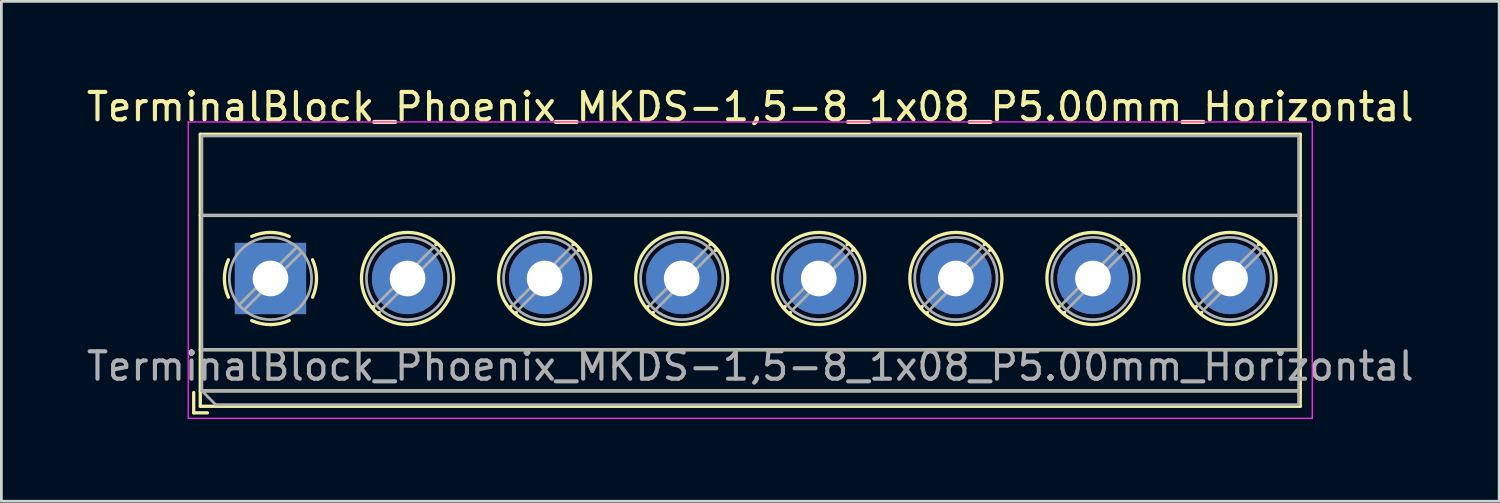
<source format=kicad_pcb>
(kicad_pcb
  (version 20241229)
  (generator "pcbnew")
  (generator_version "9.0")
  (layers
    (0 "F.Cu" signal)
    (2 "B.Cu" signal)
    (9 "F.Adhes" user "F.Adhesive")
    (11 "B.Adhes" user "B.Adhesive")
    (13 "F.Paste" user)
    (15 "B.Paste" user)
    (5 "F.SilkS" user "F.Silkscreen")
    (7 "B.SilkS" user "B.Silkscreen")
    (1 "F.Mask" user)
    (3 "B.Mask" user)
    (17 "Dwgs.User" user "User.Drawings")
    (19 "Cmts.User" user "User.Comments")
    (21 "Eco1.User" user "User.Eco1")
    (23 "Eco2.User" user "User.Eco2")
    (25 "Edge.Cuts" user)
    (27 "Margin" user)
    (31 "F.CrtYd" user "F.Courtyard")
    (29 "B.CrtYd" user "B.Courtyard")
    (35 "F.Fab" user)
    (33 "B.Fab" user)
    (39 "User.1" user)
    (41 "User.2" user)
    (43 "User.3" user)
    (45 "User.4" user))
  (footprint "TerminalBlock_Phoenix_MKDS-1,5-8_1x08_P5.00mm_Horizontal"
    (layer "F.Cu")
    (at 6.815 7.108)
    (property "Reference" "TerminalBlock_Phoenix_MKDS-1,5-8_1x08_P5.00mm_Horizontal" (at 17.5 -6.26 0) (layer "F.SilkS") (effects (font (size 1 1) (thickness 0.15))))
    (attr through_hole)
    (fp_line (start -2.8 4.16) (end -2.8 4.9) (stroke (width 0.12) (type solid)) (layer "F.SilkS"))
    (fp_line (start -2.8 4.9) (end -2.3 4.9) (stroke (width 0.12) (type solid)) (layer "F.SilkS"))
    (fp_line (start -2.56 -5.261) (end -2.56 4.66) (stroke (width 0.12) (type solid)) (layer "F.SilkS"))
    (fp_line (start -2.56 -5.261) (end 37.56 -5.261) (stroke (width 0.12) (type solid)) (layer "F.SilkS"))
    (fp_line (start -2.56 -2.301) (end 37.56 -2.301) (stroke (width 0.12) (type solid)) (layer "F.SilkS"))
    (fp_line (start -2.56 2.6) (end 37.56 2.6) (stroke (width 0.12) (type solid)) (layer "F.SilkS"))
    (fp_line (start -2.56 4.1) (end 37.56 4.1) (stroke (width 0.12) (type solid)) (layer "F.SilkS"))
    (fp_line (start -2.56 4.66) (end 37.56 4.66) (stroke (width 0.12) (type solid)) (layer "F.SilkS"))
    (fp_line (start 3.773 1.023) (end 3.726 1.069) (stroke (width 0.12) (type solid)) (layer "F.SilkS"))
    (fp_line (start 3.966 1.239) (end 3.931 1.274) (stroke (width 0.12) (type solid)) (layer "F.SilkS"))
    (fp_line (start 6.07 -1.275) (end 6.035 -1.239) (stroke (width 0.12) (type solid)) (layer "F.SilkS"))
    (fp_line (start 6.275 -1.069) (end 6.228 -1.023) (stroke (width 0.12) (type solid)) (layer "F.SilkS"))
    (fp_line (start 8.773 1.023) (end 8.726 1.069) (stroke (width 0.12) (type solid)) (layer "F.SilkS"))
    (fp_line (start 8.966 1.239) (end 8.931 1.274) (stroke (width 0.12) (type solid)) (layer "F.SilkS"))
    (fp_line (start 11.07 -1.275) (end 11.035 -1.239) (stroke (width 0.12) (type solid)) (layer "F.SilkS"))
    (fp_line (start 11.275 -1.069) (end 11.228 -1.023) (stroke (width 0.12) (type solid)) (layer "F.SilkS"))
    (fp_line (start 13.773 1.023) (end 13.726 1.069) (stroke (width 0.12) (type solid)) (layer "F.SilkS"))
    (fp_line (start 13.966 1.239) (end 13.931 1.274) (stroke (width 0.12) (type solid)) (layer "F.SilkS"))
    (fp_line (start 16.07 -1.275) (end 16.035 -1.239) (stroke (width 0.12) (type solid)) (layer "F.SilkS"))
    (fp_line (start 16.275 -1.069) (end 16.228 -1.023) (stroke (width 0.12) (type solid)) (layer "F.SilkS"))
    (fp_line (start 18.773 1.023) (end 18.726 1.069) (stroke (width 0.12) (type solid)) (layer "F.SilkS"))
    (fp_line (start 18.966 1.239) (end 18.931 1.274) (stroke (width 0.12) (type solid)) (layer "F.SilkS"))
    (fp_line (start 21.07 -1.275) (end 21.035 -1.239) (stroke (width 0.12) (type solid)) (layer "F.SilkS"))
    (fp_line (start 21.275 -1.069) (end 21.228 -1.023) (stroke (width 0.12) (type solid)) (layer "F.SilkS"))
    (fp_line (start 23.773 1.023) (end 23.726 1.069) (stroke (width 0.12) (type solid)) (layer "F.SilkS"))
    (fp_line (start 23.966 1.239) (end 23.931 1.274) (stroke (width 0.12) (type solid)) (layer "F.SilkS"))
    (fp_line (start 26.07 -1.275) (end 26.035 -1.239) (stroke (width 0.12) (type solid)) (layer "F.SilkS"))
    (fp_line (start 26.275 -1.069) (end 26.228 -1.023) (stroke (width 0.12) (type solid)) (layer "F.SilkS"))
    (fp_line (start 28.773 1.023) (end 28.726 1.069) (stroke (width 0.12) (type solid)) (layer "F.SilkS"))
    (fp_line (start 28.966 1.239) (end 28.931 1.274) (stroke (width 0.12) (type solid)) (layer "F.SilkS"))
    (fp_line (start 31.07 -1.275) (end 31.035 -1.239) (stroke (width 0.12) (type solid)) (layer "F.SilkS"))
    (fp_line (start 31.275 -1.069) (end 31.228 -1.023) (stroke (width 0.12) (type solid)) (layer "F.SilkS"))
    (fp_line (start 33.773 1.023) (end 33.726 1.069) (stroke (width 0.12) (type solid)) (layer "F.SilkS"))
    (fp_line (start 33.966 1.239) (end 33.931 1.274) (stroke (width 0.12) (type solid)) (layer "F.SilkS"))
    (fp_line (start 36.07 -1.275) (end 36.035 -1.239) (stroke (width 0.12) (type solid)) (layer "F.SilkS"))
    (fp_line (start 36.275 -1.069) (end 36.228 -1.023) (stroke (width 0.12) (type solid)) (layer "F.SilkS"))
    (fp_line (start 37.56 -5.261) (end 37.56 4.66) (stroke (width 0.12) (type solid)) (layer "F.SilkS"))
    (fp_arc (start -1.535427 0.683042) (mid -1.680501 -0.000524) (end -1.535 -0.684) (stroke (width 0.12) (type solid)) (layer "F.SilkS"))
    (fp_arc (start -0.683042 -1.535427) (mid 0.000524 -1.680501) (end 0.684 -1.535) (stroke (width 0.12) (type solid)) (layer "F.SilkS"))
    (fp_arc (start 0.028805 1.680253) (mid -0.335551 1.646659) (end -0.684 1.535) (stroke (width 0.12) (type solid)) (layer "F.SilkS"))
    (fp_arc (start 0.683318 1.534756) (mid 0.349292 1.643288) (end 0 1.68) (stroke (width 0.12) (type solid)) (layer "F.SilkS"))
    (fp_arc (start 1.535427 -0.683042) (mid 1.680501 0.000524) (end 1.535 0.684) (stroke (width 0.12) (type solid)) (layer "F.SilkS"))
    (fp_circle (center 5 0) (end 6.68 0) (stroke (width 0.12) (type solid)) (fill no) (layer "F.SilkS"))
    (fp_circle (center 10 0) (end 11.68 0) (stroke (width 0.12) (type solid)) (fill no) (layer "F.SilkS"))
    (fp_circle (center 15 0) (end 16.68 0) (stroke (width 0.12) (type solid)) (fill no) (layer "F.SilkS"))
    (fp_circle (center 20 0) (end 21.68 0) (stroke (width 0.12) (type solid)) (fill no) (layer "F.SilkS"))
    (fp_circle (center 25 0) (end 26.68 0) (stroke (width 0.12) (type solid)) (fill no) (layer "F.SilkS"))
    (fp_circle (center 30 0) (end 31.68 0) (stroke (width 0.12) (type solid)) (fill no) (layer "F.SilkS"))
    (fp_circle (center 35 0) (end 36.68 0) (stroke (width 0.12) (type solid)) (fill no) (layer "F.SilkS"))
    (fp_line (start -3 -5.71) (end -3 5.1) (stroke (width 0.05) (type solid)) (layer "F.CrtYd"))
    (fp_line (start -3 5.1) (end 38 5.1) (stroke (width 0.05) (type solid)) (layer "F.CrtYd"))
    (fp_line (start 38 -5.71) (end -3 -5.71) (stroke (width 0.05) (type solid)) (layer "F.CrtYd"))
    (fp_line (start 38 5.1) (end 38 -5.71) (stroke (width 0.05) (type solid)) (layer "F.CrtYd"))
    (fp_line (start -2.5 -5.2) (end 37.5 -5.2) (stroke (width 0.1) (type solid)) (layer "F.Fab"))
    (fp_line (start -2.5 -2.3) (end 37.5 -2.3) (stroke (width 0.1) (type solid)) (layer "F.Fab"))
    (fp_line (start -2.5 2.6) (end 37.5 2.6) (stroke (width 0.1) (type solid)) (layer "F.Fab"))
    (fp_line (start -2.5 4.1) (end -2.5 -5.2) (stroke (width 0.1) (type solid)) (layer "F.Fab"))
    (fp_line (start -2.5 4.1) (end 37.5 4.1) (stroke (width 0.1) (type solid)) (layer "F.Fab"))
    (fp_line (start -2 4.6) (end -2.5 4.1) (stroke (width 0.1) (type solid)) (layer "F.Fab"))
    (fp_line (start 0.955 -1.138) (end -1.138 0.955) (stroke (width 0.1) (type solid)) (layer "F.Fab"))
    (fp_line (start 1.138 -0.955) (end -0.955 1.138) (stroke (width 0.1) (type solid)) (layer "F.Fab"))
    (fp_line (start 5.955 -1.138) (end 3.863 0.955) (stroke (width 0.1) (type solid)) (layer "F.Fab"))
    (fp_line (start 6.138 -0.955) (end 4.046 1.138) (stroke (width 0.1) (type solid)) (layer "F.Fab"))
    (fp_line (start 10.955 -1.138) (end 8.863 0.955) (stroke (width 0.1) (type solid)) (layer "F.Fab"))
    (fp_line (start 11.138 -0.955) (end 9.046 1.138) (stroke (width 0.1) (type solid)) (layer "F.Fab"))
    (fp_line (start 15.955 -1.138) (end 13.863 0.955) (stroke (width 0.1) (type solid)) (layer "F.Fab"))
    (fp_line (start 16.138 -0.955) (end 14.046 1.138) (stroke (width 0.1) (type solid)) (layer "F.Fab"))
    (fp_line (start 20.955 -1.138) (end 18.863 0.955) (stroke (width 0.1) (type solid)) (layer "F.Fab"))
    (fp_line (start 21.138 -0.955) (end 19.046 1.138) (stroke (width 0.1) (type solid)) (layer "F.Fab"))
    (fp_line (start 25.955 -1.138) (end 23.863 0.955) (stroke (width 0.1) (type solid)) (layer "F.Fab"))
    (fp_line (start 26.138 -0.955) (end 24.046 1.138) (stroke (width 0.1) (type solid)) (layer "F.Fab"))
    (fp_line (start 30.955 -1.138) (end 28.863 0.955) (stroke (width 0.1) (type solid)) (layer "F.Fab"))
    (fp_line (start 31.138 -0.955) (end 29.046 1.138) (stroke (width 0.1) (type solid)) (layer "F.Fab"))
    (fp_line (start 35.955 -1.138) (end 33.863 0.955) (stroke (width 0.1) (type solid)) (layer "F.Fab"))
    (fp_line (start 36.138 -0.955) (end 34.046 1.138) (stroke (width 0.1) (type solid)) (layer "F.Fab"))
    (fp_line (start 37.5 -5.2) (end 37.5 4.6) (stroke (width 0.1) (type solid)) (layer "F.Fab"))
    (fp_line (start 37.5 4.6) (end -2 4.6) (stroke (width 0.1) (type solid)) (layer "F.Fab"))
    (fp_circle (center 0 0) (end 1.5 0) (stroke (width 0.1) (type solid)) (fill no) (layer "F.Fab"))
    (fp_circle (center 5 0) (end 6.5 0) (stroke (width 0.1) (type solid)) (fill no) (layer "F.Fab"))
    (fp_circle (center 10 0) (end 11.5 0) (stroke (width 0.1) (type solid)) (fill no) (layer "F.Fab"))
    (fp_circle (center 15 0) (end 16.5 0) (stroke (width 0.1) (type solid)) (fill no) (layer "F.Fab"))
    (fp_circle (center 20 0) (end 21.5 0) (stroke (width 0.1) (type solid)) (fill no) (layer "F.Fab"))
    (fp_circle (center 25 0) (end 26.5 0) (stroke (width 0.1) (type solid)) (fill no) (layer "F.Fab"))
    (fp_circle (center 30 0) (end 31.5 0) (stroke (width 0.1) (type solid)) (fill no) (layer "F.Fab"))
    (fp_circle (center 35 0) (end 36.5 0) (stroke (width 0.1) (type solid)) (fill no) (layer "F.Fab"))
    (fp_text user "${REFERENCE}" (at 17.5 3.2 0) (layer "F.Fab") (effects (font (size 1 1) (thickness 0.15))))
    (pad "1" thru_hole rect (at 0 0) (size 2.6 2.6) (drill 1.3) (layers "*.Cu" "*.Mask"))
    (pad "2" thru_hole circle (at 5 0) (size 2.6 2.6) (drill 1.3) (layers "*.Cu" "*.Mask"))
    (pad "3" thru_hole circle (at 10 0) (size 2.6 2.6) (drill 1.3) (layers "*.Cu" "*.Mask"))
    (pad "4" thru_hole circle (at 15 0) (size 2.6 2.6) (drill 1.3) (layers "*.Cu" "*.Mask"))
    (pad "5" thru_hole circle (at 20 0) (size 2.6 2.6) (drill 1.3) (layers "*.Cu" "*.Mask"))
    (pad "6" thru_hole circle (at 25 0) (size 2.6 2.6) (drill 1.3) (layers "*.Cu" "*.Mask"))
    (pad "7" thru_hole circle (at 30 0) (size 2.6 2.6) (drill 1.3) (layers "*.Cu" "*.Mask"))
    (pad "8" thru_hole circle (at 35 0) (size 2.6 2.6) (drill 1.3) (layers "*.Cu" "*.Mask")))
  (gr_rect
    (start -3 -3)
    (end 51.631 15.233)
    (stroke (width 0.1) (type default))
    (fill no)
    (layer "Edge.Cuts")))
</source>
